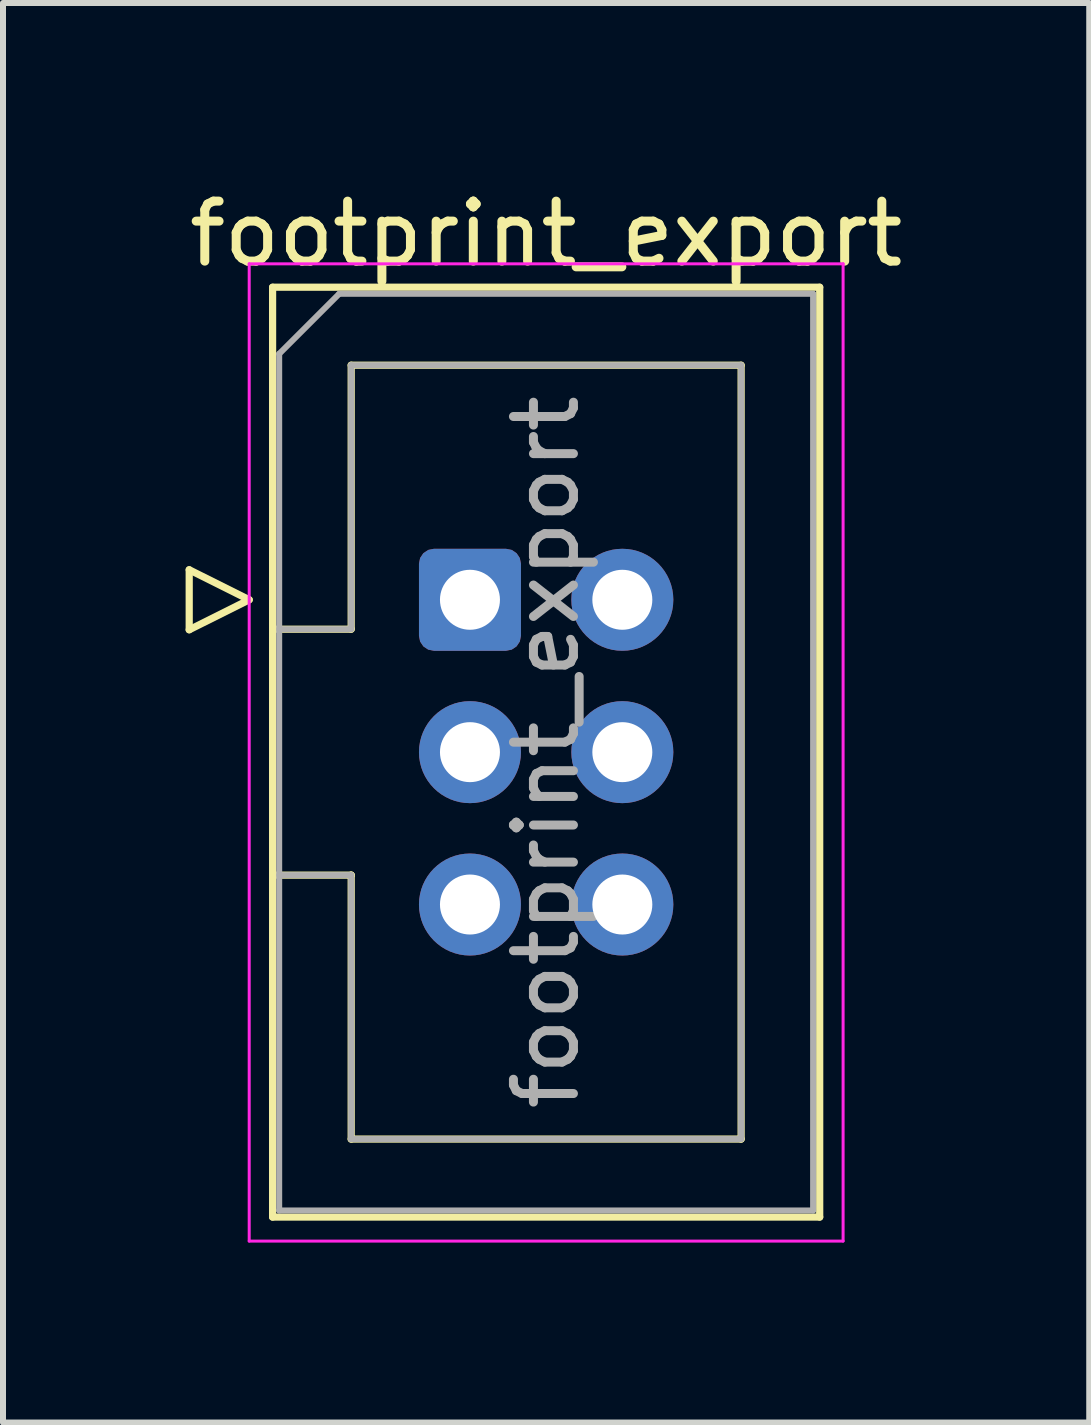
<source format=kicad_pcb>
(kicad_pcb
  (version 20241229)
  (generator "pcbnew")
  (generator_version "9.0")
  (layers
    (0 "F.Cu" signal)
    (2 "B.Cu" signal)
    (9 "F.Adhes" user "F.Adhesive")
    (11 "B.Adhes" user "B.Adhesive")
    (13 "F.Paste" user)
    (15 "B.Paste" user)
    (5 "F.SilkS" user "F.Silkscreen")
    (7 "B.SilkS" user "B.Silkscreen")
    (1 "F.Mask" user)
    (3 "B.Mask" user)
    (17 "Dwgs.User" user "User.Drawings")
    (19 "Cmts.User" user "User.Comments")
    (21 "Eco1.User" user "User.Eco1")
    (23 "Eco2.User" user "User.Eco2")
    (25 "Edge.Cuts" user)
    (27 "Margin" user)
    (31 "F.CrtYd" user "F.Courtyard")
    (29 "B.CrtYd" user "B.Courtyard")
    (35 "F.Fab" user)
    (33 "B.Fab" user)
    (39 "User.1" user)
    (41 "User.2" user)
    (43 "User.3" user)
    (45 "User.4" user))
  (footprint "footprint_export"
    (layer "F.Cu")
    (at 4.784 6.948)
    (property "Reference" "footprint_export" (at 1.27 -6.1 0) (layer "F.SilkS") (effects (font (size 1 1) (thickness 0.15))))
    (attr through_hole)
    (fp_line (start -4.68 -0.5) (end -4.68 0.5) (stroke (width 0.12) (type solid)) (layer "F.SilkS"))
    (fp_line (start -4.68 0.5) (end -3.68 0) (stroke (width 0.12) (type solid)) (layer "F.SilkS"))
    (fp_line (start -3.68 0) (end -4.68 -0.5) (stroke (width 0.12) (type solid)) (layer "F.SilkS"))
    (fp_line (start -3.29 -5.21) (end 5.83 -5.21) (stroke (width 0.12) (type solid)) (layer "F.SilkS"))
    (fp_line (start -3.29 0.49) (end -1.98 0.49) (stroke (width 0.12) (type solid)) (layer "F.SilkS"))
    (fp_line (start -3.29 10.29) (end -3.29 -5.21) (stroke (width 0.12) (type solid)) (layer "F.SilkS"))
    (fp_line (start -1.98 -3.91) (end 4.52 -3.91) (stroke (width 0.12) (type solid)) (layer "F.SilkS"))
    (fp_line (start -1.98 0.49) (end -1.98 -3.91) (stroke (width 0.12) (type solid)) (layer "F.SilkS"))
    (fp_line (start -1.98 4.59) (end -3.29 4.59) (stroke (width 0.12) (type solid)) (layer "F.SilkS"))
    (fp_line (start -1.98 4.59) (end -1.98 4.59) (stroke (width 0.12) (type solid)) (layer "F.SilkS"))
    (fp_line (start -1.98 8.99) (end -1.98 4.59) (stroke (width 0.12) (type solid)) (layer "F.SilkS"))
    (fp_line (start 4.52 -3.91) (end 4.52 8.99) (stroke (width 0.12) (type solid)) (layer "F.SilkS"))
    (fp_line (start 4.52 8.99) (end -1.98 8.99) (stroke (width 0.12) (type solid)) (layer "F.SilkS"))
    (fp_line (start 5.83 -5.21) (end 5.83 10.29) (stroke (width 0.12) (type solid)) (layer "F.SilkS"))
    (fp_line (start 5.83 10.29) (end -3.29 10.29) (stroke (width 0.12) (type solid)) (layer "F.SilkS"))
    (fp_line (start -3.68 -5.6) (end -3.68 10.69) (stroke (width 0.05) (type solid)) (layer "F.CrtYd"))
    (fp_line (start -3.68 10.69) (end 6.22 10.69) (stroke (width 0.05) (type solid)) (layer "F.CrtYd"))
    (fp_line (start 6.22 -5.6) (end -3.68 -5.6) (stroke (width 0.05) (type solid)) (layer "F.CrtYd"))
    (fp_line (start 6.22 10.69) (end 6.22 -5.6) (stroke (width 0.05) (type solid)) (layer "F.CrtYd"))
    (fp_line (start -3.18 -4.1) (end -2.18 -5.1) (stroke (width 0.1) (type solid)) (layer "F.Fab"))
    (fp_line (start -3.18 0.49) (end -1.98 0.49) (stroke (width 0.1) (type solid)) (layer "F.Fab"))
    (fp_line (start -3.18 10.18) (end -3.18 -4.1) (stroke (width 0.1) (type solid)) (layer "F.Fab"))
    (fp_line (start -2.18 -5.1) (end 5.72 -5.1) (stroke (width 0.1) (type solid)) (layer "F.Fab"))
    (fp_line (start -1.98 -3.91) (end 4.52 -3.91) (stroke (width 0.1) (type solid)) (layer "F.Fab"))
    (fp_line (start -1.98 0.49) (end -1.98 -3.91) (stroke (width 0.1) (type solid)) (layer "F.Fab"))
    (fp_line (start -1.98 4.59) (end -3.18 4.59) (stroke (width 0.1) (type solid)) (layer "F.Fab"))
    (fp_line (start -1.98 4.59) (end -1.98 4.59) (stroke (width 0.1) (type solid)) (layer "F.Fab"))
    (fp_line (start -1.98 8.99) (end -1.98 4.59) (stroke (width 0.1) (type solid)) (layer "F.Fab"))
    (fp_line (start 4.52 -3.91) (end 4.52 8.99) (stroke (width 0.1) (type solid)) (layer "F.Fab"))
    (fp_line (start 4.52 8.99) (end -1.98 8.99) (stroke (width 0.1) (type solid)) (layer "F.Fab"))
    (fp_line (start 5.72 -5.1) (end 5.72 10.18) (stroke (width 0.1) (type solid)) (layer "F.Fab"))
    (fp_line (start 5.72 10.18) (end -3.18 10.18) (stroke (width 0.1) (type solid)) (layer "F.Fab"))
    (fp_text user "${REFERENCE}" (at 1.27 2.54 90) (layer "F.Fab") (effects (font (size 1 1) (thickness 0.15))))
    (pad "1" thru_hole roundrect (at 0 0) (size 1.7 1.7) (drill 1) (layers "*.Cu" "*.Mask") (roundrect_rratio 0.147))
    (pad "2" thru_hole circle (at 2.54 0) (size 1.7 1.7) (drill 1) (layers "*.Cu" "*.Mask"))
    (pad "3" thru_hole circle (at 0 2.54) (size 1.7 1.7) (drill 1) (layers "*.Cu" "*.Mask"))
    (pad "4" thru_hole circle (at 2.54 2.54) (size 1.7 1.7) (drill 1) (layers "*.Cu" "*.Mask"))
    (pad "5" thru_hole circle (at 0 5.08) (size 1.7 1.7) (drill 1) (layers "*.Cu" "*.Mask"))
    (pad "6" thru_hole circle (at 2.54 5.08) (size 1.7 1.7) (drill 1) (layers "*.Cu" "*.Mask")))
  (gr_rect
    (start -3 -3)
    (end 15.107 20.663)
    (stroke (width 0.1) (type default))
    (fill no)
    (layer "Edge.Cuts")))
</source>
